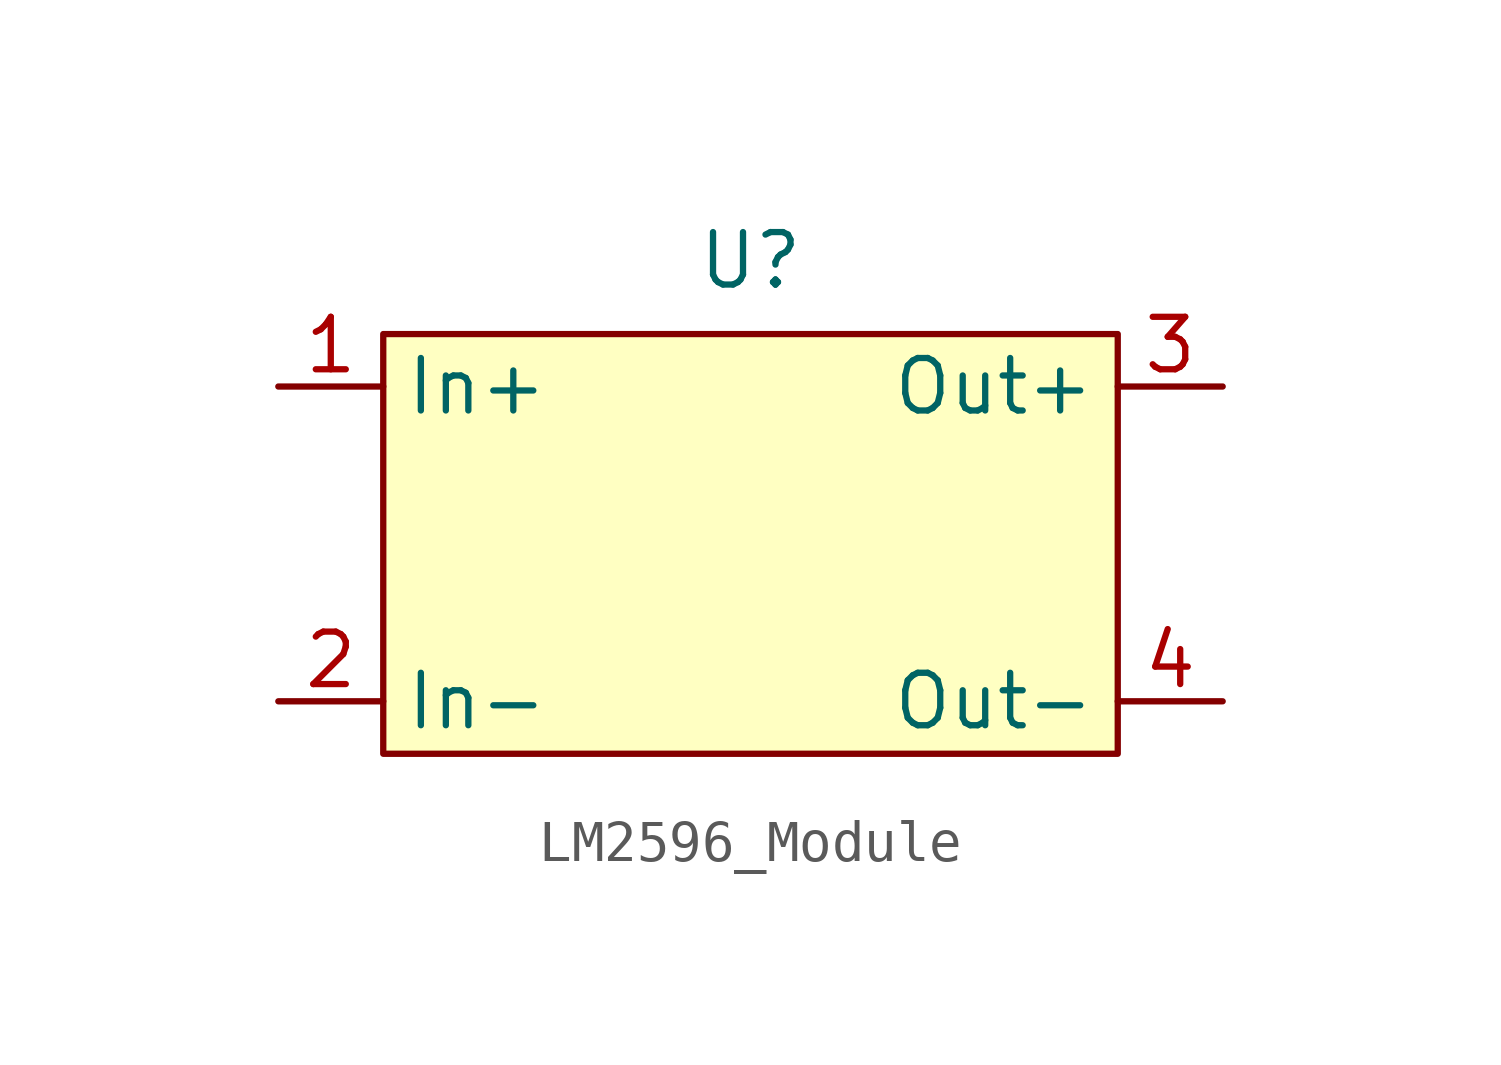
<source format=kicad_sym>
(kicad_symbol_lib
  (version 20231120)
  (generator "kicad_symbol_editor")
  (generator_version "8.0")
  (symbol "LM2596_Module"
    (property "Reference" "U"
      (at 0 4.318 0)
      (effects (font (size 1.27 1.27))))
    (property "Value" ""
      (at 0 0 0)
      (effects (font (size 1.27 1.27))))
    (symbol "LM2596_Module_0_1"
      (rectangle (start -8.89 2.54) (end 8.89 -7.62) (stroke (width 0) (type default)) (fill (type background))))
    (symbol "LM2596_Module_1_1"
      (pin power_in line (at -11.43 1.27 0) (length 2.54) (name "In+" (effects (font (size 1.27 1.27)))) (number "1" (effects (font (size 1.27 1.27)))))
      (pin power_in line (at -11.43 -6.35 0) (length 2.54) (name "In-" (effects (font (size 1.27 1.27)))) (number "2" (effects (font (size 1.27 1.27)))))
      (pin power_out line (at 11.43 1.27 180) (length 2.54) (name "Out+" (effects (font (size 1.27 1.27)))) (number "3" (effects (font (size 1.27 1.27)))))
      (pin power_out line (at 11.43 -6.35 180) (length 2.54) (name "Out-" (effects (font (size 1.27 1.27)))) (number "4" (effects (font (size 1.27 1.27))))))))
</source>
